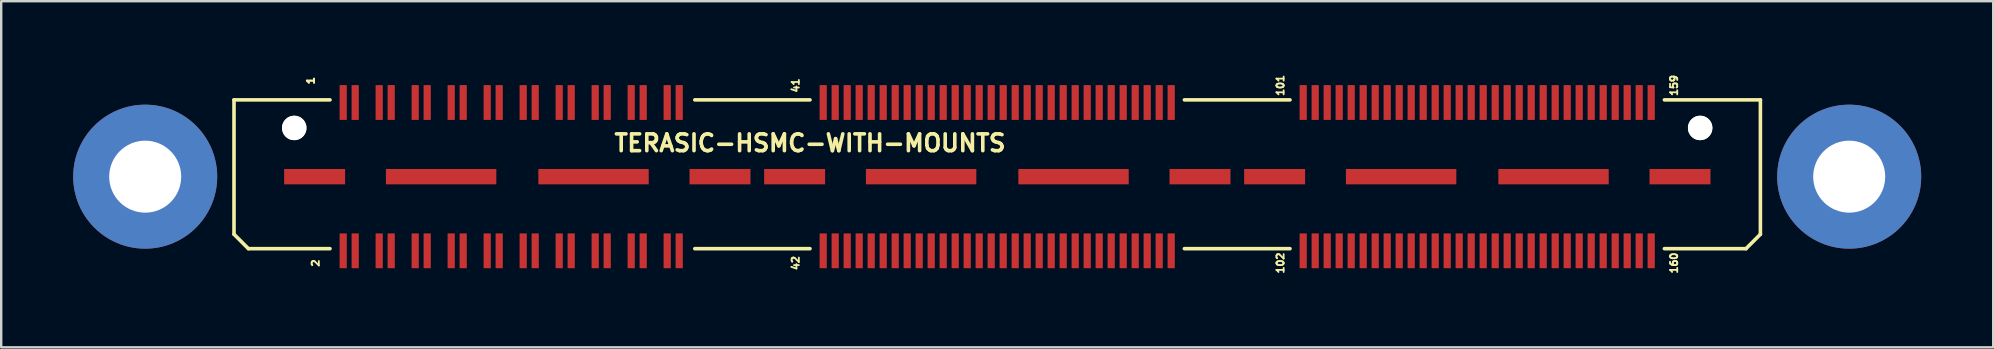
<source format=kicad_pcb>
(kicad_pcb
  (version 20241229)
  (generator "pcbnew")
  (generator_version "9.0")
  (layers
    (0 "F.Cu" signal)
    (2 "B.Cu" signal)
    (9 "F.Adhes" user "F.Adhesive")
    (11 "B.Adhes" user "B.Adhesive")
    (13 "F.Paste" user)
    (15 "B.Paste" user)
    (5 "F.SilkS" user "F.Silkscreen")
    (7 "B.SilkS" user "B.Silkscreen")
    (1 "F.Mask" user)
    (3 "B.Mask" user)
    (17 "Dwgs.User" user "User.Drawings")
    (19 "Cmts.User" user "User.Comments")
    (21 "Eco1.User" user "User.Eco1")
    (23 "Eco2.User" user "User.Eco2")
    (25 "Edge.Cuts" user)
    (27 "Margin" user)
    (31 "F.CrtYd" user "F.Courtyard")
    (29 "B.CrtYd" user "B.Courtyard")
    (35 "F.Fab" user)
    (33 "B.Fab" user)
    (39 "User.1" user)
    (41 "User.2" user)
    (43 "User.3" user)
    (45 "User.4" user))
  (footprint "TERASIC-HSMC-WITH-MOUNTS"
    (layer "F.Cu")
    (at 38.5 4.311)
    (property "Reference" "TERASIC-HSMC-WITH-MOUNTS" (at -7.8 -1.4 0) (layer "F.SilkS") (effects (font (size 0.7 0.7) (thickness 0.15))))
    (attr through_hole)
    (fp_line (start -31.8 -3.2) (end -31.8 2.4) (stroke (width 0.15) (type solid)) (layer "F.SilkS"))
    (fp_line (start -31.8 2.4) (end -31.2 3) (stroke (width 0.15) (type solid)) (layer "F.SilkS"))
    (fp_line (start -31.2 3) (end -27.8 3) (stroke (width 0.15) (type solid)) (layer "F.SilkS"))
    (fp_line (start -27.8 -3.2) (end -31.8 -3.2) (stroke (width 0.15) (type solid)) (layer "F.SilkS"))
    (fp_line (start -12.6 3) (end -7.8 3) (stroke (width 0.15) (type solid)) (layer "F.SilkS"))
    (fp_line (start -7.8 -3.2) (end -12.6 -3.2) (stroke (width 0.15) (type solid)) (layer "F.SilkS"))
    (fp_line (start 7.8 -3.2) (end 12.2 -3.2) (stroke (width 0.15) (type solid)) (layer "F.SilkS"))
    (fp_line (start 7.8 3) (end 12.2 3) (stroke (width 0.15) (type solid)) (layer "F.SilkS"))
    (fp_line (start 27.8 -3.2) (end 31.8 -3.2) (stroke (width 0.15) (type solid)) (layer "F.SilkS"))
    (fp_line (start 31.2 3) (end 27.8 3) (stroke (width 0.15) (type solid)) (layer "F.SilkS"))
    (fp_line (start 31.8 -3.2) (end 31.8 2.4) (stroke (width 0.15) (type solid)) (layer "F.SilkS"))
    (fp_line (start 31.8 2.4) (end 31.2 3) (stroke (width 0.15) (type solid)) (layer "F.SilkS"))
    (fp_text user "1" (at -28.6 -4 90) (layer "F.SilkS") (effects (font (size 0.3 0.3) (thickness 0.075))))
    (fp_text user "42" (at -8.4 3.6 90) (layer "F.SilkS") (effects (font (size 0.3 0.3) (thickness 0.075))))
    (fp_text user "41" (at -8.4 -3.8 90) (layer "F.SilkS") (effects (font (size 0.3 0.3) (thickness 0.075))))
    (fp_text user "159" (at 28.2 -3.8 90) (layer "F.SilkS") (effects (font (size 0.3 0.3) (thickness 0.075))))
    (fp_text user "102" (at 11.8 3.6 90) (layer "F.SilkS") (effects (font (size 0.3 0.3) (thickness 0.075))))
    (fp_text user "160" (at 28.2 3.6 90) (layer "F.SilkS") (effects (font (size 0.3 0.3) (thickness 0.075))))
    (fp_text user "101" (at 11.8 -3.8 90) (layer "F.SilkS") (effects (font (size 0.3 0.3) (thickness 0.075))))
    (fp_text user "2" (at -28.4 3.6 90) (layer "F.SilkS") (effects (font (size 0.3 0.3) (thickness 0.075))))
    (fp_text user "1" (at -28.6 -4 90) (layer "F.SilkS") (effects (font (size 0.3 0.3) (thickness 0.075))))
    (pad "" thru_hole circle (at -35.5 0) (size 6 6) (drill 3) (layers "*.Cu" "*.Mask"))
    (pad "" np_thru_hole circle (at -29.29 -2.03) (size 1.02 1.02) (drill 1.02) (layers "*.Cu" "*.Mask" "F.SilkS"))
    (pad "" np_thru_hole circle (at 29.29 -2.03) (size 1.02 1.02) (drill 1.02) (layers "*.Cu" "*.Mask" "F.SilkS"))
    (pad "" thru_hole circle (at 35.5 0) (size 6 6) (drill 3) (layers "*.Cu" "*.Mask"))
    (pad "1" smd rect (at -27.25 -3.09) (size 0.3 1.45) (layers "F.Cu" "F.Mask" "F.Paste"))
    (pad "2" smd rect (at -27.25 3.09) (size 0.3 1.45) (layers "F.Cu" "F.Mask" "F.Paste"))
    (pad "3" smd rect (at -26.75 -3.09) (size 0.3 1.45) (layers "F.Cu" "F.Mask" "F.Paste"))
    (pad "4" smd rect (at -26.75 3.09) (size 0.3 1.45) (layers "F.Cu" "F.Mask" "F.Paste"))
    (pad "5" smd rect (at -25.75 -3.09) (size 0.3 1.45) (layers "F.Cu" "F.Mask" "F.Paste"))
    (pad "6" smd rect (at -25.75 3.09) (size 0.3 1.45) (layers "F.Cu" "F.Mask" "F.Paste"))
    (pad "7" smd rect (at -25.25 -3.09) (size 0.3 1.45) (layers "F.Cu" "F.Mask" "F.Paste"))
    (pad "8" smd rect (at -25.25 3.09) (size 0.3 1.45) (layers "F.Cu" "F.Mask" "F.Paste"))
    (pad "9" smd rect (at -24.25 -3.09) (size 0.3 1.45) (layers "F.Cu" "F.Mask" "F.Paste"))
    (pad "10" smd rect (at -24.25 3.09) (size 0.3 1.45) (layers "F.Cu" "F.Mask" "F.Paste"))
    (pad "11" smd rect (at -23.75 -3.09) (size 0.3 1.45) (layers "F.Cu" "F.Mask" "F.Paste"))
    (pad "12" smd rect (at -23.75 3.09) (size 0.3 1.45) (layers "F.Cu" "F.Mask" "F.Paste"))
    (pad "13" smd rect (at -22.75 -3.09) (size 0.3 1.45) (layers "F.Cu" "F.Mask" "F.Paste"))
    (pad "14" smd rect (at -22.75 3.09) (size 0.3 1.45) (layers "F.Cu" "F.Mask" "F.Paste"))
    (pad "15" smd rect (at -22.25 -3.09) (size 0.3 1.45) (layers "F.Cu" "F.Mask" "F.Paste"))
    (pad "16" smd rect (at -22.25 3.09) (size 0.3 1.45) (layers "F.Cu" "F.Mask" "F.Paste"))
    (pad "17" smd rect (at -21.25 -3.09) (size 0.3 1.45) (layers "F.Cu" "F.Mask" "F.Paste"))
    (pad "18" smd rect (at -21.25 3.09) (size 0.3 1.45) (layers "F.Cu" "F.Mask" "F.Paste"))
    (pad "19" smd rect (at -20.75 -3.09) (size 0.3 1.45) (layers "F.Cu" "F.Mask" "F.Paste"))
    (pad "20" smd rect (at -20.75 3.09) (size 0.3 1.45) (layers "F.Cu" "F.Mask" "F.Paste"))
    (pad "21" smd rect (at -19.75 -3.09) (size 0.3 1.45) (layers "F.Cu" "F.Mask" "F.Paste"))
    (pad "22" smd rect (at -19.75 3.09) (size 0.3 1.45) (layers "F.Cu" "F.Mask" "F.Paste"))
    (pad "23" smd rect (at -19.25 -3.09) (size 0.3 1.45) (layers "F.Cu" "F.Mask" "F.Paste"))
    (pad "24" smd rect (at -19.25 3.09) (size 0.3 1.45) (layers "F.Cu" "F.Mask" "F.Paste"))
    (pad "25" smd rect (at -18.25 -3.09) (size 0.3 1.45) (layers "F.Cu" "F.Mask" "F.Paste"))
    (pad "26" smd rect (at -18.25 3.09) (size 0.3 1.45) (layers "F.Cu" "F.Mask" "F.Paste"))
    (pad "27" smd rect (at -17.75 -3.09) (size 0.3 1.45) (layers "F.Cu" "F.Mask" "F.Paste"))
    (pad "28" smd rect (at -17.75 3.09) (size 0.3 1.45) (layers "F.Cu" "F.Mask" "F.Paste"))
    (pad "29" smd rect (at -16.75 -3.09) (size 0.3 1.45) (layers "F.Cu" "F.Mask" "F.Paste"))
    (pad "30" smd rect (at -16.75 3.09) (size 0.3 1.45) (layers "F.Cu" "F.Mask" "F.Paste"))
    (pad "31" smd rect (at -16.25 -3.09) (size 0.3 1.45) (layers "F.Cu" "F.Mask" "F.Paste"))
    (pad "32" smd rect (at -16.25 3.09) (size 0.3 1.45) (layers "F.Cu" "F.Mask" "F.Paste"))
    (pad "33" smd rect (at -15.25 -3.09) (size 0.3 1.45) (layers "F.Cu" "F.Mask" "F.Paste"))
    (pad "34" smd rect (at -15.25 3.09) (size 0.3 1.45) (layers "F.Cu" "F.Mask" "F.Paste"))
    (pad "35" smd rect (at -14.75 -3.09) (size 0.3 1.45) (layers "F.Cu" "F.Mask" "F.Paste"))
    (pad "36" smd rect (at -14.75 3.09) (size 0.3 1.45) (layers "F.Cu" "F.Mask" "F.Paste"))
    (pad "37" smd rect (at -13.75 -3.09) (size 0.3 1.45) (layers "F.Cu" "F.Mask" "F.Paste"))
    (pad "38" smd rect (at -13.75 3.09) (size 0.3 1.45) (layers "F.Cu" "F.Mask" "F.Paste"))
    (pad "39" smd rect (at -13.25 -3.09) (size 0.3 1.45) (layers "F.Cu" "F.Mask" "F.Paste"))
    (pad "40" smd rect (at -13.25 3.09) (size 0.3 1.45) (layers "F.Cu" "F.Mask" "F.Paste"))
    (pad "41" smd rect (at -7.25 -3.09) (size 0.3 1.45) (layers "F.Cu" "F.Mask" "F.Paste"))
    (pad "42" smd rect (at -7.25 3.09) (size 0.3 1.45) (layers "F.Cu" "F.Mask" "F.Paste"))
    (pad "43" smd rect (at -6.75 -3.09) (size 0.3 1.45) (layers "F.Cu" "F.Mask" "F.Paste"))
    (pad "44" smd rect (at -6.75 3.09) (size 0.3 1.45) (layers "F.Cu" "F.Mask" "F.Paste"))
    (pad "45" smd rect (at -6.25 -3.09) (size 0.3 1.45) (layers "F.Cu" "F.Mask" "F.Paste"))
    (pad "46" smd rect (at -6.25 3.09) (size 0.3 1.45) (layers "F.Cu" "F.Mask" "F.Paste"))
    (pad "47" smd rect (at -5.75 -3.09) (size 0.3 1.45) (layers "F.Cu" "F.Mask" "F.Paste"))
    (pad "48" smd rect (at -5.75 3.09) (size 0.3 1.45) (layers "F.Cu" "F.Mask" "F.Paste"))
    (pad "49" smd rect (at -5.25 -3.09) (size 0.3 1.45) (layers "F.Cu" "F.Mask" "F.Paste"))
    (pad "50" smd rect (at -5.25 3.09) (size 0.3 1.45) (layers "F.Cu" "F.Mask" "F.Paste"))
    (pad "51" smd rect (at -4.75 -3.09) (size 0.3 1.45) (layers "F.Cu" "F.Mask" "F.Paste"))
    (pad "52" smd rect (at -4.75 3.09) (size 0.3 1.45) (layers "F.Cu" "F.Mask" "F.Paste"))
    (pad "53" smd rect (at -4.25 -3.09) (size 0.3 1.45) (layers "F.Cu" "F.Mask" "F.Paste"))
    (pad "54" smd rect (at -4.25 3.09) (size 0.3 1.45) (layers "F.Cu" "F.Mask" "F.Paste"))
    (pad "55" smd rect (at -3.75 -3.09) (size 0.3 1.45) (layers "F.Cu" "F.Mask" "F.Paste"))
    (pad "56" smd rect (at -3.75 3.09) (size 0.3 1.45) (layers "F.Cu" "F.Mask" "F.Paste"))
    (pad "57" smd rect (at -3.25 -3.09) (size 0.3 1.45) (layers "F.Cu" "F.Mask" "F.Paste"))
    (pad "58" smd rect (at -3.25 3.09) (size 0.3 1.45) (layers "F.Cu" "F.Mask" "F.Paste"))
    (pad "59" smd rect (at -2.75 -3.09) (size 0.3 1.45) (layers "F.Cu" "F.Mask" "F.Paste"))
    (pad "60" smd rect (at -2.75 3.09) (size 0.3 1.45) (layers "F.Cu" "F.Mask" "F.Paste"))
    (pad "61" smd rect (at -2.25 -3.09) (size 0.3 1.45) (layers "F.Cu" "F.Mask" "F.Paste"))
    (pad "62" smd rect (at -2.25 3.09) (size 0.3 1.45) (layers "F.Cu" "F.Mask" "F.Paste"))
    (pad "63" smd rect (at -1.75 -3.09) (size 0.3 1.45) (layers "F.Cu" "F.Mask" "F.Paste"))
    (pad "64" smd rect (at -1.75 3.09) (size 0.3 1.45) (layers "F.Cu" "F.Mask" "F.Paste"))
    (pad "65" smd rect (at -1.25 -3.09) (size 0.3 1.45) (layers "F.Cu" "F.Mask" "F.Paste"))
    (pad "66" smd rect (at -1.25 3.09) (size 0.3 1.45) (layers "F.Cu" "F.Mask" "F.Paste"))
    (pad "67" smd rect (at -0.75 -3.09) (size 0.3 1.45) (layers "F.Cu" "F.Mask" "F.Paste"))
    (pad "68" smd rect (at -0.75 3.09) (size 0.3 1.45) (layers "F.Cu" "F.Mask" "F.Paste"))
    (pad "69" smd rect (at -0.25 -3.09) (size 0.3 1.45) (layers "F.Cu" "F.Mask" "F.Paste"))
    (pad "70" smd rect (at -0.25 3.09) (size 0.3 1.45) (layers "F.Cu" "F.Mask" "F.Paste"))
    (pad "71" smd rect (at 0.25 -3.09) (size 0.3 1.45) (layers "F.Cu" "F.Mask" "F.Paste"))
    (pad "72" smd rect (at 0.25 3.09) (size 0.3 1.45) (layers "F.Cu" "F.Mask" "F.Paste"))
    (pad "73" smd rect (at 0.75 -3.09) (size 0.3 1.45) (layers "F.Cu" "F.Mask" "F.Paste"))
    (pad "74" smd rect (at 0.75 3.09) (size 0.3 1.45) (layers "F.Cu" "F.Mask" "F.Paste"))
    (pad "75" smd rect (at 1.25 -3.09) (size 0.3 1.45) (layers "F.Cu" "F.Mask" "F.Paste"))
    (pad "76" smd rect (at 1.25 3.09) (size 0.3 1.45) (layers "F.Cu" "F.Mask" "F.Paste"))
    (pad "77" smd rect (at 1.75 -3.09) (size 0.3 1.45) (layers "F.Cu" "F.Mask" "F.Paste"))
    (pad "78" smd rect (at 1.75 3.09) (size 0.3 1.45) (layers "F.Cu" "F.Mask" "F.Paste"))
    (pad "79" smd rect (at 2.25 -3.09) (size 0.3 1.45) (layers "F.Cu" "F.Mask" "F.Paste"))
    (pad "80" smd rect (at 2.25 3.09) (size 0.3 1.45) (layers "F.Cu" "F.Mask" "F.Paste"))
    (pad "81" smd rect (at 2.75 -3.09) (size 0.3 1.45) (layers "F.Cu" "F.Mask" "F.Paste"))
    (pad "82" smd rect (at 2.75 3.09) (size 0.3 1.45) (layers "F.Cu" "F.Mask" "F.Paste"))
    (pad "83" smd rect (at 3.25 -3.09) (size 0.3 1.45) (layers "F.Cu" "F.Mask" "F.Paste"))
    (pad "84" smd rect (at 3.25 3.09) (size 0.3 1.45) (layers "F.Cu" "F.Mask" "F.Paste"))
    (pad "85" smd rect (at 3.75 -3.09) (size 0.3 1.45) (layers "F.Cu" "F.Mask" "F.Paste"))
    (pad "86" smd rect (at 3.75 3.09) (size 0.3 1.45) (layers "F.Cu" "F.Mask" "F.Paste"))
    (pad "87" smd rect (at 4.25 -3.09) (size 0.3 1.45) (layers "F.Cu" "F.Mask" "F.Paste"))
    (pad "88" smd rect (at 4.25 3.09) (size 0.3 1.45) (layers "F.Cu" "F.Mask" "F.Paste"))
    (pad "89" smd rect (at 4.75 -3.09) (size 0.3 1.45) (layers "F.Cu" "F.Mask" "F.Paste"))
    (pad "90" smd rect (at 4.75 3.09) (size 0.3 1.45) (layers "F.Cu" "F.Mask" "F.Paste"))
    (pad "91" smd rect (at 5.25 -3.09) (size 0.3 1.45) (layers "F.Cu" "F.Mask" "F.Paste"))
    (pad "92" smd rect (at 5.25 3.09) (size 0.3 1.45) (layers "F.Cu" "F.Mask" "F.Paste"))
    (pad "93" smd rect (at 5.75 -3.09) (size 0.3 1.45) (layers "F.Cu" "F.Mask" "F.Paste"))
    (pad "94" smd rect (at 5.75 3.09) (size 0.3 1.45) (layers "F.Cu" "F.Mask" "F.Paste"))
    (pad "95" smd rect (at 6.25 -3.09) (size 0.3 1.45) (layers "F.Cu" "F.Mask" "F.Paste"))
    (pad "96" smd rect (at 6.25 3.09) (size 0.3 1.45) (layers "F.Cu" "F.Mask" "F.Paste"))
    (pad "97" smd rect (at 6.75 -3.09) (size 0.3 1.45) (layers "F.Cu" "F.Mask" "F.Paste"))
    (pad "98" smd rect (at 6.75 3.09) (size 0.3 1.45) (layers "F.Cu" "F.Mask" "F.Paste"))
    (pad "99" smd rect (at 7.25 -3.09) (size 0.3 1.45) (layers "F.Cu" "F.Mask" "F.Paste"))
    (pad "100" smd rect (at 7.25 3.09) (size 0.3 1.45) (layers "F.Cu" "F.Mask" "F.Paste"))
    (pad "101" smd rect (at 12.75 -3.09) (size 0.3 1.45) (layers "F.Cu" "F.Mask" "F.Paste"))
    (pad "102" smd rect (at 12.75 3.09) (size 0.3 1.45) (layers "F.Cu" "F.Mask" "F.Paste"))
    (pad "103" smd rect (at 13.25 -3.09) (size 0.3 1.45) (layers "F.Cu" "F.Mask" "F.Paste"))
    (pad "104" smd rect (at 13.25 3.09) (size 0.3 1.45) (layers "F.Cu" "F.Mask" "F.Paste"))
    (pad "105" smd rect (at 13.75 -3.09) (size 0.3 1.45) (layers "F.Cu" "F.Mask" "F.Paste"))
    (pad "106" smd rect (at 13.75 3.09) (size 0.3 1.45) (layers "F.Cu" "F.Mask" "F.Paste"))
    (pad "107" smd rect (at 14.25 -3.09) (size 0.3 1.45) (layers "F.Cu" "F.Mask" "F.Paste"))
    (pad "108" smd rect (at 14.25 3.09) (size 0.3 1.45) (layers "F.Cu" "F.Mask" "F.Paste"))
    (pad "109" smd rect (at 14.75 -3.09) (size 0.3 1.45) (layers "F.Cu" "F.Mask" "F.Paste"))
    (pad "110" smd rect (at 14.75 3.09) (size 0.3 1.45) (layers "F.Cu" "F.Mask" "F.Paste"))
    (pad "111" smd rect (at 15.25 -3.09) (size 0.3 1.45) (layers "F.Cu" "F.Mask" "F.Paste"))
    (pad "112" smd rect (at 15.25 3.09) (size 0.3 1.45) (layers "F.Cu" "F.Mask" "F.Paste"))
    (pad "113" smd rect (at 15.75 -3.09) (size 0.3 1.45) (layers "F.Cu" "F.Mask" "F.Paste"))
    (pad "114" smd rect (at 15.75 3.09) (size 0.3 1.45) (layers "F.Cu" "F.Mask" "F.Paste"))
    (pad "115" smd rect (at 16.25 -3.09) (size 0.3 1.45) (layers "F.Cu" "F.Mask" "F.Paste"))
    (pad "116" smd rect (at 16.25 3.09) (size 0.3 1.45) (layers "F.Cu" "F.Mask" "F.Paste"))
    (pad "117" smd rect (at 16.75 -3.09) (size 0.3 1.45) (layers "F.Cu" "F.Mask" "F.Paste"))
    (pad "118" smd rect (at 16.75 3.09) (size 0.3 1.45) (layers "F.Cu" "F.Mask" "F.Paste"))
    (pad "119" smd rect (at 17.25 -3.09) (size 0.3 1.45) (layers "F.Cu" "F.Mask" "F.Paste"))
    (pad "120" smd rect (at 17.25 3.09) (size 0.3 1.45) (layers "F.Cu" "F.Mask" "F.Paste"))
    (pad "121" smd rect (at 17.75 -3.09) (size 0.3 1.45) (layers "F.Cu" "F.Mask" "F.Paste"))
    (pad "122" smd rect (at 17.75 3.09) (size 0.3 1.45) (layers "F.Cu" "F.Mask" "F.Paste"))
    (pad "123" smd rect (at 18.25 -3.09) (size 0.3 1.45) (layers "F.Cu" "F.Mask" "F.Paste"))
    (pad "124" smd rect (at 18.25 3.09) (size 0.3 1.45) (layers "F.Cu" "F.Mask" "F.Paste"))
    (pad "125" smd rect (at 18.75 -3.09) (size 0.3 1.45) (layers "F.Cu" "F.Mask" "F.Paste"))
    (pad "126" smd rect (at 18.75 3.09) (size 0.3 1.45) (layers "F.Cu" "F.Mask" "F.Paste"))
    (pad "127" smd rect (at 19.25 -3.09) (size 0.3 1.45) (layers "F.Cu" "F.Mask" "F.Paste"))
    (pad "128" smd rect (at 19.25 3.09) (size 0.3 1.45) (layers "F.Cu" "F.Mask" "F.Paste"))
    (pad "129" smd rect (at 19.75 -3.09) (size 0.3 1.45) (layers "F.Cu" "F.Mask" "F.Paste"))
    (pad "130" smd rect (at 19.75 3.09) (size 0.3 1.45) (layers "F.Cu" "F.Mask" "F.Paste"))
    (pad "131" smd rect (at 20.25 -3.09) (size 0.3 1.45) (layers "F.Cu" "F.Mask" "F.Paste"))
    (pad "132" smd rect (at 20.25 3.09) (size 0.3 1.45) (layers "F.Cu" "F.Mask" "F.Paste"))
    (pad "133" smd rect (at 20.75 -3.09) (size 0.3 1.45) (layers "F.Cu" "F.Mask" "F.Paste"))
    (pad "134" smd rect (at 20.75 3.09) (size 0.3 1.45) (layers "F.Cu" "F.Mask" "F.Paste"))
    (pad "135" smd rect (at 21.25 -3.09) (size 0.3 1.45) (layers "F.Cu" "F.Mask" "F.Paste"))
    (pad "136" smd rect (at 21.25 3.09) (size 0.3 1.45) (layers "F.Cu" "F.Mask" "F.Paste"))
    (pad "137" smd rect (at 21.75 -3.09) (size 0.3 1.45) (layers "F.Cu" "F.Mask" "F.Paste"))
    (pad "138" smd rect (at 21.75 3.09) (size 0.3 1.45) (layers "F.Cu" "F.Mask" "F.Paste"))
    (pad "139" smd rect (at 22.25 -3.09) (size 0.3 1.45) (layers "F.Cu" "F.Mask" "F.Paste"))
    (pad "140" smd rect (at 22.25 3.09) (size 0.3 1.45) (layers "F.Cu" "F.Mask" "F.Paste"))
    (pad "141" smd rect (at 22.75 -3.09) (size 0.3 1.45) (layers "F.Cu" "F.Mask" "F.Paste"))
    (pad "142" smd rect (at 22.75 3.09) (size 0.3 1.45) (layers "F.Cu" "F.Mask" "F.Paste"))
    (pad "143" smd rect (at 23.25 -3.09) (size 0.3 1.45) (layers "F.Cu" "F.Mask" "F.Paste"))
    (pad "144" smd rect (at 23.25 3.09) (size 0.3 1.45) (layers "F.Cu" "F.Mask" "F.Paste"))
    (pad "145" smd rect (at 23.75 -3.09) (size 0.3 1.45) (layers "F.Cu" "F.Mask" "F.Paste"))
    (pad "146" smd rect (at 23.75 3.09) (size 0.3 1.45) (layers "F.Cu" "F.Mask" "F.Paste"))
    (pad "147" smd rect (at 24.25 -3.09) (size 0.3 1.45) (layers "F.Cu" "F.Mask" "F.Paste"))
    (pad "148" smd rect (at 24.25 3.09) (size 0.3 1.45) (layers "F.Cu" "F.Mask" "F.Paste"))
    (pad "149" smd rect (at 24.75 -3.09) (size 0.3 1.45) (layers "F.Cu" "F.Mask" "F.Paste"))
    (pad "150" smd rect (at 24.75 3.09) (size 0.3 1.45) (layers "F.Cu" "F.Mask" "F.Paste"))
    (pad "151" smd rect (at 25.25 -3.09) (size 0.3 1.45) (layers "F.Cu" "F.Mask" "F.Paste"))
    (pad "152" smd rect (at 25.25 3.09) (size 0.3 1.45) (layers "F.Cu" "F.Mask" "F.Paste"))
    (pad "153" smd rect (at 25.75 -3.09) (size 0.3 1.45) (layers "F.Cu" "F.Mask" "F.Paste"))
    (pad "154" smd rect (at 25.75 3.09) (size 0.3 1.45) (layers "F.Cu" "F.Mask" "F.Paste"))
    (pad "155" smd rect (at 26.25 -3.09) (size 0.3 1.45) (layers "F.Cu" "F.Mask" "F.Paste"))
    (pad "156" smd rect (at 26.25 3.09) (size 0.3 1.45) (layers "F.Cu" "F.Mask" "F.Paste"))
    (pad "157" smd rect (at 26.75 -3.09) (size 0.3 1.45) (layers "F.Cu" "F.Mask" "F.Paste"))
    (pad "158" smd rect (at 26.75 3.09) (size 0.3 1.45) (layers "F.Cu" "F.Mask" "F.Paste"))
    (pad "159" smd rect (at 27.25 -3.09) (size 0.3 1.45) (layers "F.Cu" "F.Mask" "F.Paste"))
    (pad "160" smd rect (at 27.25 3.09) (size 0.3 1.45) (layers "F.Cu" "F.Mask" "F.Paste"))
    (pad "161" smd rect (at -28.44 0) (size 2.54 0.64) (layers "F.Cu" "F.Mask" "F.Paste"))
    (pad "162" smd rect (at -23.17 0) (size 4.6 0.64) (layers "F.Cu" "F.Mask" "F.Paste"))
    (pad "163" smd rect (at -16.82 0) (size 4.6 0.64) (layers "F.Cu" "F.Mask" "F.Paste"))
    (pad "164" smd rect (at -11.55 0) (size 2.54 0.64) (layers "F.Cu" "F.Mask" "F.Paste"))
    (pad "165" smd rect (at -8.44 0) (size 2.54 0.64) (layers "F.Cu" "F.Mask" "F.Paste"))
    (pad "166" smd rect (at -3.17 0) (size 4.6 0.64) (layers "F.Cu" "F.Mask" "F.Paste"))
    (pad "167" smd rect (at 3.18 0) (size 4.6 0.64) (layers "F.Cu" "F.Mask" "F.Paste"))
    (pad "168" smd rect (at 8.45 0) (size 2.54 0.64) (layers "F.Cu" "F.Mask" "F.Paste"))
    (pad "169" smd rect (at 11.56 0) (size 2.54 0.64) (layers "F.Cu" "F.Mask" "F.Paste"))
    (pad "170" smd rect (at 16.83 0) (size 4.6 0.64) (layers "F.Cu" "F.Mask" "F.Paste"))
    (pad "171" smd rect (at 23.18 0) (size 4.6 0.64) (layers "F.Cu" "F.Mask" "F.Paste"))
    (pad "172" smd rect (at 28.45 0) (size 2.54 0.64) (layers "F.Cu" "F.Mask" "F.Paste")))
  (gr_rect
    (start -3 -3)
    (end 80 11.422)
    (stroke (width 0.1) (type default))
    (fill no)
    (layer "Edge.Cuts")))
</source>
